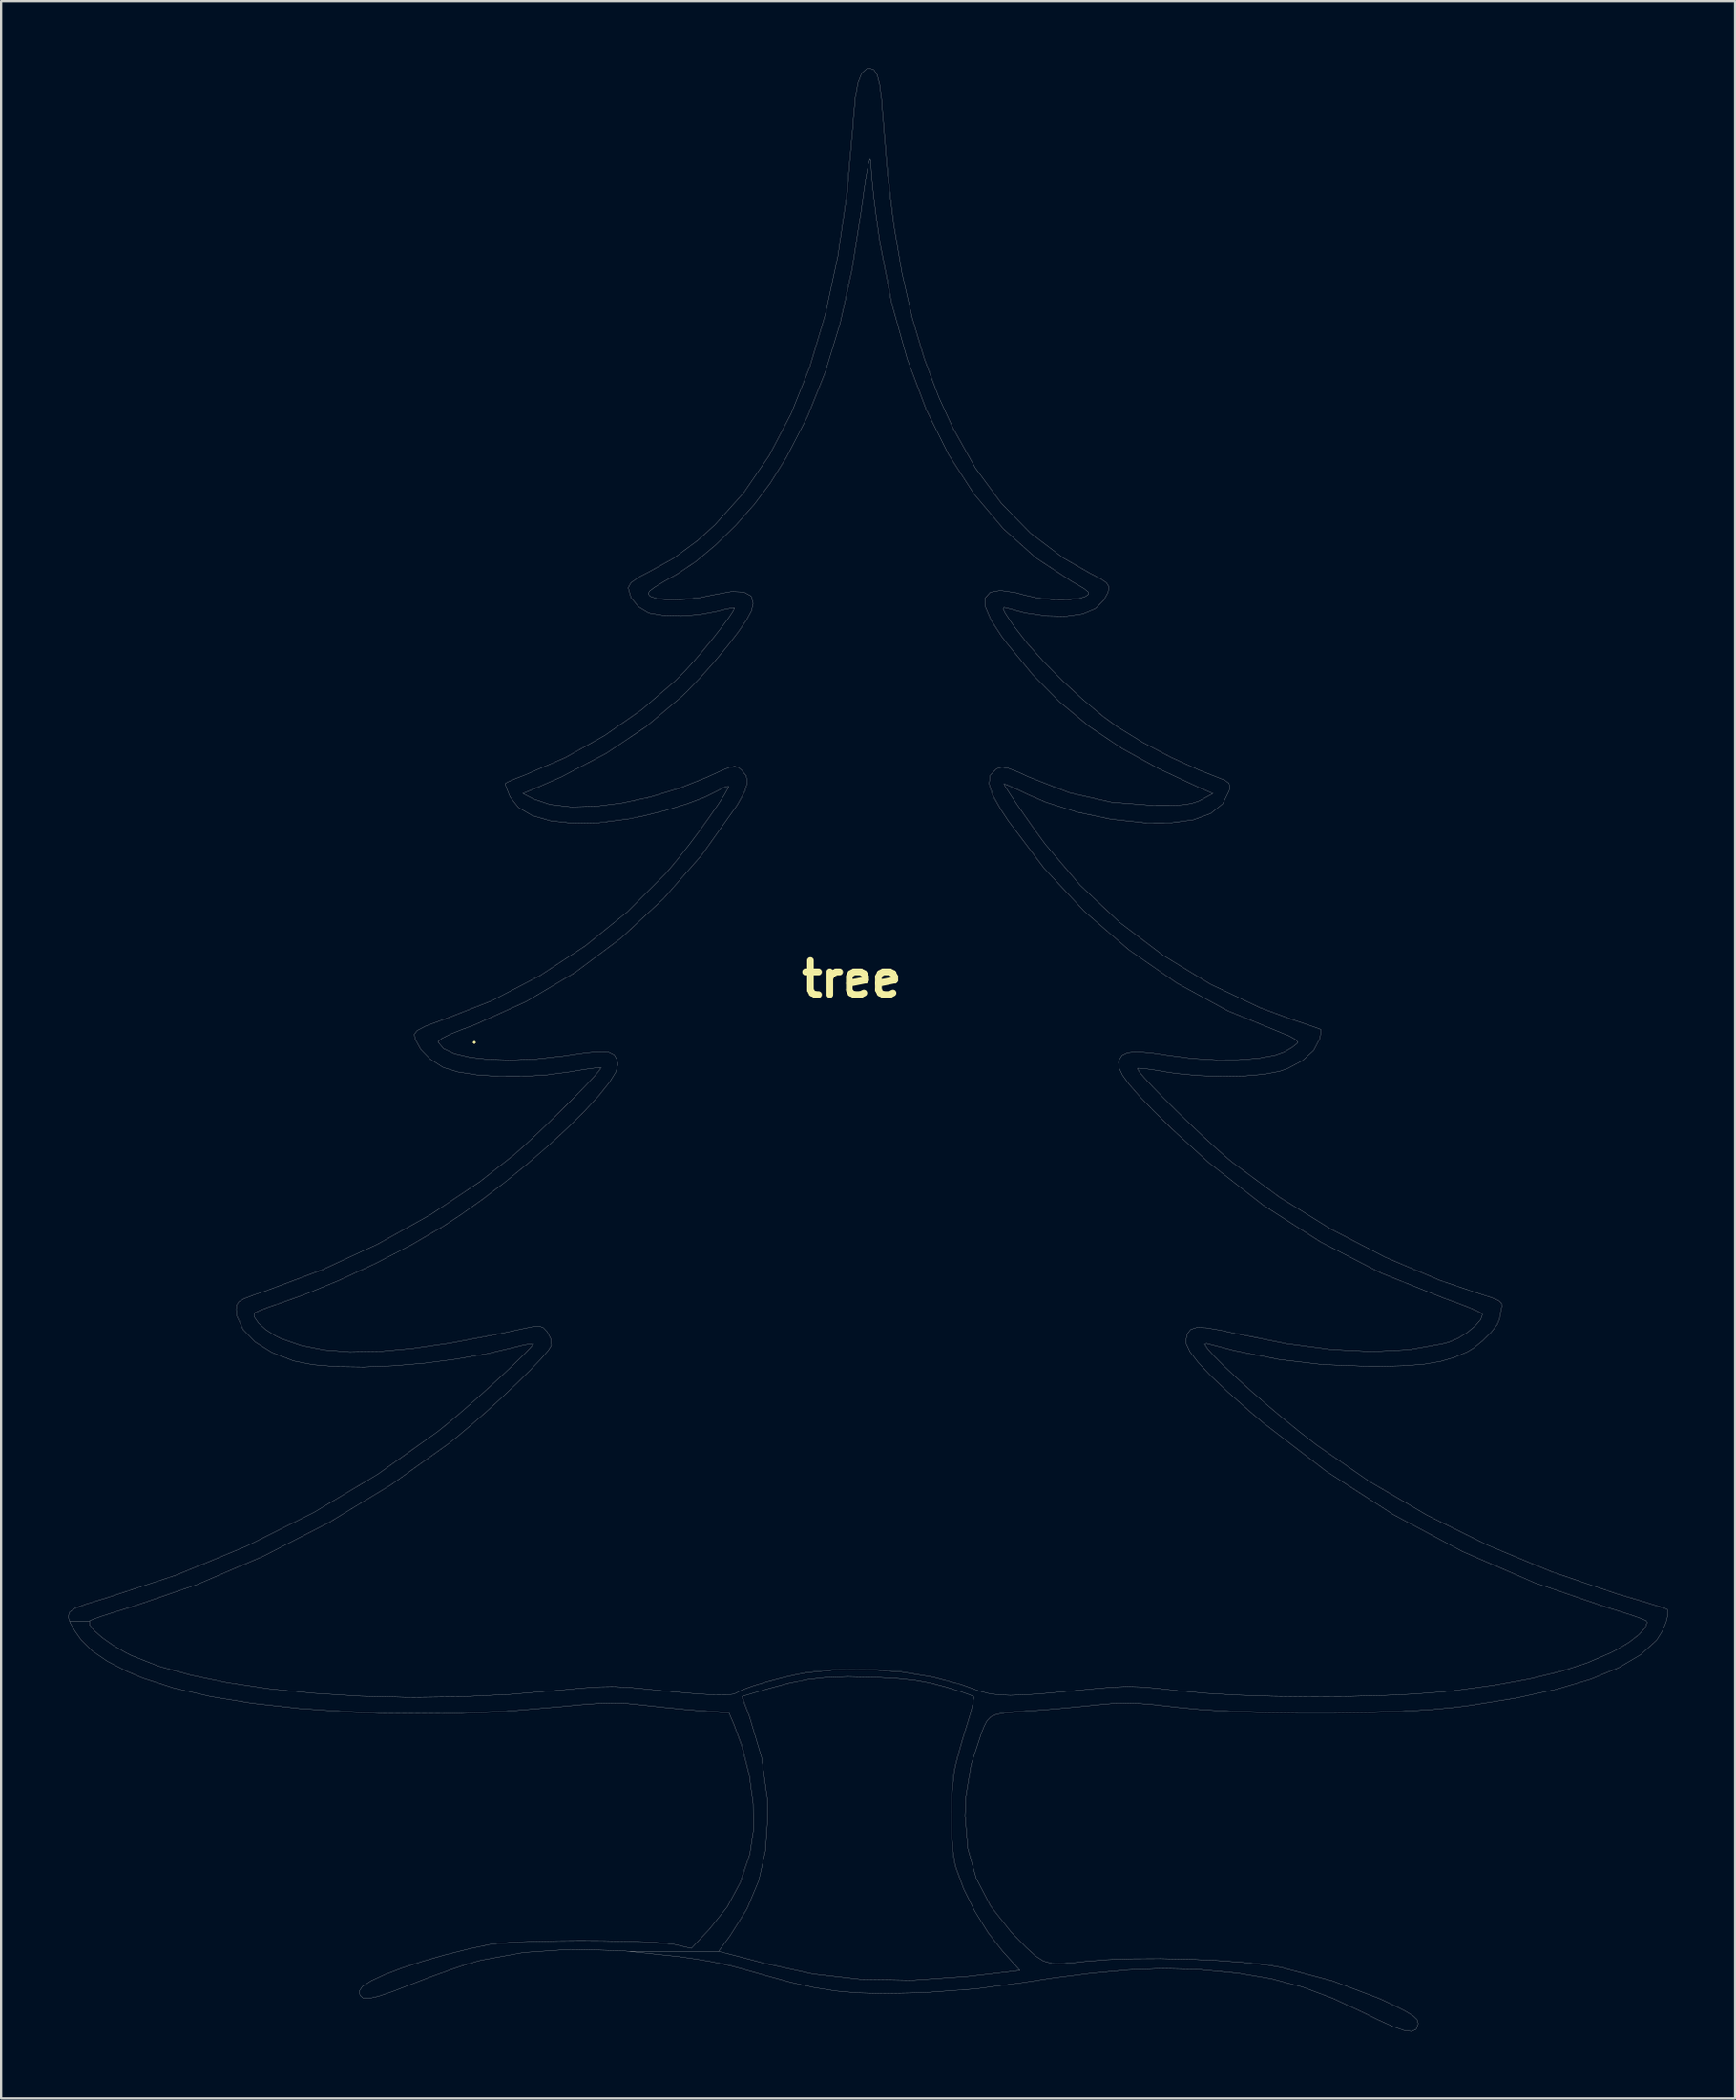
<source format=kicad_pcb>
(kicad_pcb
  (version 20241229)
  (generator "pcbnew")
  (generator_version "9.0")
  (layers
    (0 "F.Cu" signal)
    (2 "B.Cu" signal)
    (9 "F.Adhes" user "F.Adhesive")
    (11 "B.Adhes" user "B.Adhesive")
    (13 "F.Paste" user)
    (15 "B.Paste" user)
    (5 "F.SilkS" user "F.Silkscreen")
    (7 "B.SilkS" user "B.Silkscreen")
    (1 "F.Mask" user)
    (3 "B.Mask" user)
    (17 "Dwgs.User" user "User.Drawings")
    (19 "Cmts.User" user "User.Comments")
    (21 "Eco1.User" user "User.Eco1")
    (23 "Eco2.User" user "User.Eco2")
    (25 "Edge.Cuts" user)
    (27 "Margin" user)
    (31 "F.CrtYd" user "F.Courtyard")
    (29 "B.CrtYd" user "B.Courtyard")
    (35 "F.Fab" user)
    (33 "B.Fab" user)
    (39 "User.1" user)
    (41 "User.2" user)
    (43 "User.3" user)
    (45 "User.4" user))
  (footprint "tree"
    (layer "F.Cu")
    (at 35.108 40.79)
    (property "Reference" "tree" (at 0 0 0) (layer "F.SilkS") (effects (font (size 1.524 1.524) (thickness 0.3))))
    (attr through_hole)
    (fp_poly (pts (xy -16.837 2.83) (xy -16.909 2.903) (xy -16.982 2.83) (xy -16.909 2.758) (xy -16.837 2.83)) (stroke (width 0.01) (type solid)) (fill yes) (layer "F.SilkS"))
    (fp_poly (pts (xy 0.993 -40.717) (xy 1.14 -40.49) (xy 1.25 -40.068) (xy 1.334 -39.415) (xy 1.38 -38.819) (xy 1.598 -36.173) (xy 1.887 -33.777) (xy 2.256 -31.599) (xy 2.71 -29.606) (xy 3.258 -27.767) (xy 3.907 -26.047) (xy 4.523 -24.698) (xy 5.547 -22.877) (xy 6.705 -21.307) (xy 8.008 -19.974) (xy 9.471 -18.866) (xy 10.693 -18.166) (xy 11.162 -17.92) (xy 11.42 -17.744) (xy 11.515 -17.584) (xy 11.499 -17.384) (xy 11.481 -17.312) (xy 11.291 -16.967) (xy 10.96 -16.633) (xy 10.891 -16.583) (xy 10.343 -16.355) (xy 9.598 -16.25) (xy 8.721 -16.267) (xy 7.777 -16.404) (xy 6.982 -16.613) (xy 6.823 -16.647) (xy 6.785 -16.586) (xy 6.881 -16.388) (xy 7.127 -16.013) (xy 7.273 -15.801) (xy 7.853 -15.052) (xy 8.608 -14.21) (xy 9.471 -13.339) (xy 10.374 -12.506) (xy 11.25 -11.775) (xy 11.907 -11.295) (xy 13.031 -10.607) (xy 14.296 -9.939) (xy 15.568 -9.359) (xy 16.304 -9.072) (xy 16.714 -8.911) (xy 16.906 -8.772) (xy 16.94 -8.592) (xy 16.91 -8.438) (xy 16.622 -7.855) (xy 16.086 -7.421) (xy 15.3 -7.135) (xy 14.266 -6.999) (xy 13.141 -7.003) (xy 11.618 -7.165) (xy 10.106 -7.479) (xy 8.705 -7.923) (xy 7.9 -8.269) (xy 7.407 -8.504) (xy 7.033 -8.671) (xy 6.837 -8.745) (xy 6.822 -8.744) (xy 6.901 -8.594) (xy 7.112 -8.264) (xy 7.419 -7.807) (xy 7.784 -7.28) (xy 8.168 -6.736) (xy 8.536 -6.229) (xy 8.69 -6.023) (xy 10.234 -4.209) (xy 12.003 -2.545) (xy 13.961 -1.06) (xy 16.071 0.223) (xy 18.296 1.276) (xy 19.756 1.816) (xy 20.304 1.998) (xy 20.734 2.146) (xy 20.982 2.237) (xy 21.016 2.252) (xy 21.018 2.402) (xy 20.965 2.666) (xy 20.696 3.184) (xy 20.194 3.646) (xy 19.516 4.006) (xy 19.174 4.121) (xy 18.483 4.251) (xy 17.59 4.326) (xy 16.579 4.346) (xy 15.532 4.309) (xy 14.532 4.217) (xy 14.012 4.138) (xy 13.469 4.049) (xy 13.047 3.995) (xy 12.818 3.984) (xy 12.798 3.99) (xy 12.862 4.119) (xy 13.106 4.409) (xy 13.492 4.826) (xy 13.987 5.334) (xy 14.554 5.898) (xy 15.159 6.484) (xy 15.765 7.057) (xy 16.338 7.582) (xy 16.843 8.024) (xy 17.054 8.199) (xy 19.171 9.763) (xy 21.474 11.19) (xy 23.891 12.442) (xy 26.351 13.482) (xy 28.134 14.085) (xy 28.673 14.256) (xy 28.983 14.387) (xy 29.117 14.513) (xy 29.127 14.666) (xy 29.115 14.714) (xy 29.046 15.044) (xy 29.031 15.199) (xy 28.921 15.458) (xy 28.643 15.812) (xy 28.265 16.188) (xy 27.858 16.517) (xy 27.591 16.68) (xy 27.011 16.931) (xy 26.38 17.114) (xy 25.645 17.237) (xy 24.75 17.307) (xy 23.642 17.333) (xy 23.15 17.333) (xy 21.09 17.253) (xy 19.131 17.025) (xy 17.15 16.63) (xy 15.893 16.305) (xy 15.815 16.341) (xy 15.935 16.535) (xy 16.226 16.863) (xy 16.661 17.301) (xy 17.214 17.822) (xy 17.856 18.404) (xy 18.562 19.019) (xy 19.305 19.645) (xy 20.057 20.256) (xy 20.792 20.827) (xy 20.837 20.861) (xy 23.187 22.484) (xy 25.758 23.987) (xy 28.499 25.344) (xy 31.357 26.529) (xy 34.279 27.517) (xy 34.737 27.652) (xy 35.404 27.847) (xy 35.963 28.018) (xy 36.359 28.146) (xy 36.535 28.215) (xy 36.538 28.217) (xy 36.571 28.428) (xy 36.483 28.788) (xy 36.309 29.199) (xy 36.081 29.565) (xy 36.047 29.607) (xy 35.346 30.244) (xy 34.364 30.821) (xy 33.107 31.338) (xy 31.578 31.792) (xy 29.782 32.182) (xy 27.724 32.508) (xy 27.063 32.592) (xy 25.967 32.695) (xy 24.649 32.772) (xy 23.174 32.824) (xy 21.606 32.85) (xy 20.006 32.85) (xy 18.439 32.825) (xy 16.969 32.774) (xy 15.658 32.697) (xy 14.57 32.595) (xy 14.53 32.59) (xy 13.593 32.482) (xy 12.852 32.422) (xy 12.216 32.406) (xy 11.595 32.432) (xy 10.974 32.489) (xy 10.165 32.57) (xy 9.289 32.65) (xy 8.497 32.715) (xy 8.273 32.731) (xy 7.453 32.789) (xy 6.871 32.844) (xy 6.479 32.919) (xy 6.224 33.031) (xy 6.058 33.202) (xy 5.93 33.452) (xy 5.824 33.713) (xy 5.351 35.164) (xy 5.116 36.588) (xy 5.08 37.451) (xy 5.203 38.919) (xy 5.58 40.258) (xy 6.221 41.495) (xy 7.136 42.654) (xy 7.272 42.797) (xy 7.816 43.351) (xy 8.23 43.728) (xy 8.588 43.955) (xy 8.966 44.059) (xy 9.438 44.069) (xy 10.08 44.013) (xy 10.451 43.972) (xy 11.436 43.894) (xy 12.593 43.853) (xy 13.853 43.847) (xy 15.149 43.874) (xy 16.416 43.932) (xy 17.585 44.018) (xy 18.589 44.131) (xy 19.272 44.248) (xy 21.535 44.847) (xy 23.609 45.625) (xy 24.21 45.902) (xy 24.791 46.194) (xy 25.149 46.409) (xy 25.329 46.581) (xy 25.375 46.746) (xy 25.371 46.791) (xy 25.287 47.011) (xy 25.095 47.106) (xy 24.766 47.071) (xy 24.268 46.9) (xy 23.573 46.586) (xy 23.001 46.303) (xy 21.563 45.632) (xy 20.19 45.121) (xy 18.8 44.75) (xy 17.313 44.498) (xy 15.647 44.344) (xy 15.167 44.318) (xy 13.827 44.294) (xy 12.376 44.351) (xy 10.769 44.494) (xy 8.962 44.726) (xy 7.62 44.932) (xy 5.58 45.203) (xy 3.454 45.358) (xy 2.685 45.387) (xy 1.377 45.409) (xy 0.27 45.383) (xy -0.724 45.298) (xy -1.693 45.145) (xy -2.724 44.913) (xy -3.846 44.607) (xy -4.684 44.369) (xy -5.328 44.195) (xy -5.866 44.066) (xy -6.381 43.964) (xy -6.961 43.871) (xy -7.69 43.767) (xy -7.765 43.757) (xy -9.974 43.528) (xy -5.965 43.528) (xy -5.341 43.684) (xy -4.841 43.812) (xy -4.229 43.972) (xy -3.846 44.074) (xy -1.731 44.534) (xy 0.443 44.781) (xy 2.724 44.818) (xy 5.158 44.649) (xy 5.473 44.613) (xy 7.535 44.373) (xy 6.751 43.507) (xy 6.113 42.692) (xy 5.516 41.73) (xy 5.016 40.727) (xy 4.672 39.785) (xy 4.629 39.624) (xy 4.526 38.979) (xy 4.47 38.147) (xy 4.462 37.23) (xy 4.5 36.327) (xy 4.585 35.539) (xy 4.643 35.228) (xy 4.775 34.708) (xy 4.961 34.049) (xy 5.164 33.387) (xy 5.18 33.337) (xy 5.339 32.805) (xy 5.441 32.384) (xy 5.47 32.145) (xy 5.461 32.119) (xy 5.292 32.042) (xy 4.914 31.909) (xy 4.396 31.745) (xy 4.176 31.679) (xy 3.529 31.509) (xy 2.866 31.39) (xy 2.1 31.309) (xy 1.146 31.255) (xy 0.943 31.247) (xy -0.177 31.224) (xy -1.108 31.253) (xy -1.946 31.345) (xy -2.791 31.512) (xy -3.739 31.766) (xy -3.874 31.805) (xy -4.918 32.114) (xy -4.583 33.004) (xy -4.041 34.829) (xy -3.785 36.67) (xy -3.761 37.479) (xy -3.862 39.001) (xy -4.165 40.36) (xy -4.689 41.617) (xy -5.456 42.835) (xy -5.458 42.837) (xy -5.965 43.528) (xy -9.974 43.528) (xy -10.284 43.496) (xy -12.596 43.436) (xy -14.703 43.577) (xy -16.607 43.92) (xy -16.764 43.959) (xy -17.289 44.115) (xy -17.995 44.352) (xy -18.793 44.64) (xy -19.597 44.948) (xy -19.698 44.988) (xy -20.562 45.322) (xy -21.195 45.535) (xy -21.63 45.632) (xy -21.898 45.616) (xy -22.031 45.493) (xy -22.062 45.309) (xy -21.925 45.101) (xy -21.54 44.851) (xy -20.941 44.571) (xy -20.166 44.275) (xy -19.25 43.975) (xy -18.229 43.684) (xy -17.139 43.415) (xy -16.256 43.228) (xy -15.776 43.166) (xy -15.071 43.117) (xy -14.196 43.082) (xy -13.207 43.06) (xy -12.16 43.052) (xy -11.111 43.057) (xy -10.114 43.075) (xy -9.226 43.107) (xy -8.502 43.152) (xy -7.998 43.211) (xy -7.91 43.228) (xy -7.185 43.392) (xy -6.366 42.521) (xy -5.583 41.542) (xy -4.998 40.455) (xy -4.567 39.18) (xy -4.562 39.162) (xy -4.404 38.123) (xy -4.414 36.929) (xy -4.584 35.655) (xy -4.905 34.375) (xy -5.277 33.367) (xy -5.502 32.843) (xy -6.779 32.748) (xy -7.56 32.682) (xy -8.454 32.595) (xy -9.288 32.505) (xy -9.404 32.491) (xy -10.047 32.428) (xy -10.666 32.405) (xy -11.344 32.422) (xy -12.162 32.482) (xy -12.96 32.559) (xy -15.695 32.789) (xy -18.322 32.89) (xy -20.989 32.865) (xy -22.352 32.808) (xy -24.75 32.646) (xy -26.877 32.414) (xy -28.747 32.112) (xy -30.371 31.736) (xy -31.762 31.286) (xy -32.456 30.994) (xy -33.356 30.533) (xy -34.027 30.075) (xy -34.528 29.575) (xy -34.797 29.194) (xy -35.013 28.82) (xy -35.041 28.733) (xy -34.151 28.733) (xy -34.149 28.902) (xy -33.937 29.168) (xy -33.563 29.491) (xy -33.075 29.834) (xy -32.519 30.157) (xy -32.268 30.282) (xy -31.069 30.749) (xy -29.62 31.154) (xy -27.955 31.495) (xy -26.107 31.768) (xy -24.111 31.971) (xy -21.999 32.1) (xy -19.807 32.154) (xy -17.568 32.129) (xy -15.315 32.023) (xy -13.097 31.835) (xy -12.104 31.739) (xy -11.312 31.688) (xy -10.631 31.678) (xy -9.976 31.708) (xy -9.396 31.763) (xy -8.065 31.899) (xy -7.005 31.992) (xy -6.201 32.041) (xy -5.637 32.047) (xy -5.298 32.011) (xy -5.191 31.966) (xy -4.914 31.822) (xy -4.425 31.644) (xy -3.799 31.453) (xy -3.109 31.271) (xy -2.427 31.119) (xy -2.055 31.051) (xy -0.697 30.912) (xy 0.765 30.903) (xy 2.244 31.016) (xy 3.653 31.243) (xy 4.906 31.577) (xy 5.309 31.724) (xy 5.721 31.874) (xy 6.126 31.979) (xy 6.571 32.042) (xy 7.101 32.063) (xy 7.764 32.043) (xy 8.605 31.983) (xy 9.671 31.885) (xy 10.125 31.839) (xy 11.038 31.751) (xy 11.749 31.696) (xy 12.345 31.674) (xy 12.913 31.688) (xy 13.539 31.735) (xy 14.311 31.819) (xy 14.697 31.864) (xy 15.87 31.973) (xy 17.263 32.052) (xy 18.809 32.102) (xy 20.439 32.123) (xy 22.084 32.114) (xy 23.678 32.076) (xy 25.151 32.009) (xy 26.435 31.912) (xy 26.918 31.861) (xy 28.773 31.611) (xy 30.373 31.324) (xy 31.754 30.993) (xy 32.95 30.608) (xy 33.996 30.162) (xy 34.299 30.007) (xy 34.842 29.678) (xy 35.274 29.338) (xy 35.553 29.03) (xy 35.636 28.795) (xy 35.6 28.727) (xy 35.422 28.645) (xy 35.027 28.504) (xy 34.478 28.326) (xy 33.963 28.169) (xy 30.585 27.019) (xy 27.338 25.611) (xy 24.228 23.947) (xy 21.261 22.032) (xy 18.443 19.868) (xy 17.853 19.367) (xy 16.851 18.481) (xy 16.076 17.747) (xy 15.515 17.152) (xy 15.157 16.683) (xy 14.99 16.326) (xy 14.976 16.16) (xy 15.043 15.866) (xy 15.188 15.679) (xy 15.452 15.594) (xy 15.877 15.606) (xy 16.504 15.71) (xy 17.223 15.866) (xy 19.466 16.313) (xy 21.496 16.581) (xy 23.328 16.672) (xy 24.978 16.587) (xy 26.462 16.325) (xy 26.756 16.247) (xy 27.161 16.077) (xy 27.575 15.816) (xy 27.935 15.518) (xy 28.183 15.234) (xy 28.257 15.017) (xy 28.23 14.967) (xy 28.04 14.862) (xy 27.638 14.691) (xy 27.085 14.479) (xy 26.561 14.292) (xy 23.718 13.157) (xy 21.012 11.767) (xy 18.439 10.12) (xy 15.998 8.214) (xy 14.33 6.69) (xy 13.499 5.869) (xy 12.869 5.213) (xy 12.418 4.696) (xy 12.129 4.292) (xy 11.98 3.977) (xy 11.953 3.725) (xy 11.973 3.631) (xy 12.107 3.412) (xy 12.363 3.285) (xy 12.783 3.248) (xy 13.406 3.296) (xy 14.208 3.415) (xy 15.247 3.549) (xy 16.304 3.613) (xy 17.315 3.61) (xy 18.22 3.542) (xy 18.952 3.41) (xy 19.369 3.262) (xy 19.728 3.055) (xy 19.956 2.873) (xy 19.988 2.823) (xy 19.889 2.698) (xy 19.585 2.531) (xy 19.27 2.407) (xy 16.852 1.417) (xy 14.563 0.172) (xy 12.417 -1.314) (xy 10.434 -3.028) (xy 8.63 -4.955) (xy 7.022 -7.083) (xy 6.693 -7.582) (xy 6.314 -8.249) (xy 6.152 -8.754) (xy 6.203 -9.127) (xy 6.464 -9.396) (xy 6.53 -9.434) (xy 6.732 -9.486) (xy 7.018 -9.44) (xy 7.447 -9.278) (xy 7.915 -9.064) (xy 9.742 -8.353) (xy 11.633 -7.926) (xy 13.498 -7.78) (xy 14.271 -7.782) (xy 14.821 -7.807) (xy 15.213 -7.865) (xy 15.514 -7.962) (xy 15.674 -8.041) (xy 16.18 -8.316) (xy 15.674 -8.534) (xy 13.768 -9.417) (xy 12.106 -10.333) (xy 10.639 -11.318) (xy 9.322 -12.408) (xy 8.107 -13.638) (xy 6.948 -15.045) (xy 6.725 -15.341) (xy 6.24 -16.08) (xy 5.994 -16.66) (xy 5.985 -17.078) (xy 6.21 -17.328) (xy 6.665 -17.406) (xy 7.35 -17.307) (xy 7.752 -17.198) (xy 8.354 -17.067) (xy 9.031 -16.998) (xy 9.686 -16.994) (xy 10.222 -17.056) (xy 10.477 -17.141) (xy 10.609 -17.235) (xy 10.599 -17.338) (xy 10.412 -17.488) (xy 10.014 -17.722) (xy 9.854 -17.811) (xy 8.252 -18.865) (xy 6.797 -20.166) (xy 5.49 -21.71) (xy 4.335 -23.495) (xy 3.334 -25.514) (xy 2.487 -27.766) (xy 1.798 -30.245) (xy 1.269 -32.947) (xy 1.095 -34.152) (xy 1.006 -34.872) (xy 0.933 -35.528) (xy 0.886 -36.041) (xy 0.871 -36.317) (xy 0.856 -36.655) (xy 0.815 -36.713) (xy 0.748 -36.5) (xy 0.658 -36.025) (xy 0.547 -35.297) (xy 0.428 -34.417) (xy 0.016 -31.776) (xy -0.517 -29.377) (xy -1.178 -27.194) (xy -1.976 -25.201) (xy -2.921 -23.372) (xy -3.648 -22.213) (xy -4.358 -21.268) (xy -5.193 -20.326) (xy -6.088 -19.45) (xy -6.979 -18.704) (xy -7.802 -18.151) (xy -7.816 -18.143) (xy -8.438 -17.788) (xy -8.839 -17.543) (xy -9.055 -17.38) (xy -9.118 -17.268) (xy -9.063 -17.179) (xy -8.999 -17.132) (xy -8.668 -17.029) (xy -8.133 -16.99) (xy -7.473 -17.013) (xy -6.768 -17.095) (xy -6.166 -17.216) (xy -5.388 -17.357) (xy -4.832 -17.335) (xy -4.504 -17.154) (xy -4.413 -16.818) (xy -4.489 -16.5) (xy -4.701 -16.103) (xy -5.078 -15.554) (xy -5.577 -14.905) (xy -6.155 -14.209) (xy -6.771 -13.517) (xy -7.383 -12.882) (xy -7.616 -12.656) (xy -9.214 -11.306) (xy -10.998 -10.114) (xy -13 -9.059) (xy -14.368 -8.464) (xy -14.73 -8.317) (xy -14.248 -8.068) (xy -13.515 -7.821) (xy -12.577 -7.713) (xy -11.483 -7.738) (xy -10.28 -7.89) (xy -9.015 -8.162) (xy -7.735 -8.547) (xy -6.489 -9.041) (xy -6.35 -9.105) (xy -5.802 -9.354) (xy -5.451 -9.49) (xy -5.23 -9.527) (xy -5.075 -9.475) (xy -4.935 -9.362) (xy -4.721 -9.1) (xy -4.67 -8.802) (xy -4.789 -8.413) (xy -5.087 -7.874) (xy -5.176 -7.732) (xy -6.71 -5.57) (xy -8.438 -3.6) (xy -10.339 -1.837) (xy -12.395 -0.299) (xy -14.585 1) (xy -16.89 2.042) (xy -17.459 2.253) (xy -17.97 2.454) (xy -18.347 2.641) (xy -18.529 2.782) (xy -18.536 2.813) (xy -18.293 3.103) (xy -17.803 3.332) (xy -17.102 3.498) (xy -16.228 3.595) (xy -15.218 3.621) (xy -14.108 3.571) (xy -12.935 3.443) (xy -12.676 3.404) (xy -11.849 3.286) (xy -11.262 3.238) (xy -10.874 3.269) (xy -10.641 3.386) (xy -10.52 3.598) (xy -10.478 3.81) (xy -10.562 4.144) (xy -10.855 4.621) (xy -11.33 5.214) (xy -11.961 5.899) (xy -12.72 6.651) (xy -13.579 7.444) (xy -14.512 8.253) (xy -15.492 9.053) (xy -16.49 9.818) (xy -17.48 10.524) (xy -18.288 11.053) (xy -19.721 11.891) (xy -21.307 12.713) (xy -22.945 13.474) (xy -24.535 14.126) (xy -25.618 14.51) (xy -26.128 14.684) (xy -26.528 14.837) (xy -26.739 14.937) (xy -26.747 14.943) (xy -26.765 15.126) (xy -26.58 15.393) (xy -26.246 15.691) (xy -25.815 15.968) (xy -25.577 16.083) (xy -24.673 16.396) (xy -23.652 16.598) (xy -22.492 16.689) (xy -21.171 16.667) (xy -19.666 16.532) (xy -17.954 16.284) (xy -16.012 15.92) (xy -14.753 15.652) (xy -14.275 15.554) (xy -13.991 15.535) (xy -13.812 15.605) (xy -13.651 15.775) (xy -13.642 15.787) (xy -13.468 16.133) (xy -13.456 16.401) (xy -13.596 16.624) (xy -13.92 16.999) (xy -14.392 17.492) (xy -14.975 18.067) (xy -15.631 18.689) (xy -16.324 19.323) (xy -17.018 19.933) (xy -17.675 20.486) (xy -18.063 20.796) (xy -20.641 22.638) (xy -23.42 24.324) (xy -26.336 25.822) (xy -29.327 27.1) (xy -32.33 28.127) (xy -32.462 28.166) (xy -33.102 28.36) (xy -33.638 28.533) (xy -34.01 28.666) (xy -34.151 28.733) (xy -35.041 28.733) (xy -35.103 28.545) (xy -35.037 28.336) (xy -34.785 28.16) (xy -34.316 27.981) (xy -33.601 27.766) (xy -33.492 27.735) (xy -30.259 26.677) (xy -27.111 25.382) (xy -24.087 23.869) (xy -21.226 22.158) (xy -18.568 20.269) (xy -18.506 20.22) (xy -18.036 19.841) (xy -17.48 19.368) (xy -16.873 18.837) (xy -16.254 18.282) (xy -15.659 17.736) (xy -15.125 17.233) (xy -14.69 16.809) (xy -14.39 16.497) (xy -14.262 16.33) (xy -14.262 16.315) (xy -14.416 16.323) (xy -14.765 16.394) (xy -15.102 16.479) (xy -16.359 16.773) (xy -17.718 17.011) (xy -19.122 17.19) (xy -20.52 17.308) (xy -21.857 17.361) (xy -23.081 17.346) (xy -24.137 17.26) (xy -24.972 17.099) (xy -25.037 17.08) (xy -25.979 16.71) (xy -26.728 16.24) (xy -27.257 15.695) (xy -27.538 15.1) (xy -27.577 14.78) (xy -27.555 14.586) (xy -27.453 14.437) (xy -27.216 14.3) (xy -26.792 14.138) (xy -26.38 14) (xy -23.769 13.03) (xy -21.244 11.865) (xy -18.856 10.533) (xy -16.654 9.062) (xy -15.147 7.876) (xy -14.712 7.494) (xy -14.193 7.013) (xy -13.624 6.47) (xy -13.043 5.902) (xy -12.486 5.346) (xy -11.989 4.837) (xy -11.59 4.413) (xy -11.325 4.11) (xy -11.23 3.965) (xy -11.232 3.96) (xy -11.386 3.962) (xy -11.761 4.008) (xy -12.292 4.089) (xy -12.643 4.148) (xy -13.673 4.283) (xy -14.754 4.348) (xy -15.82 4.345) (xy -16.805 4.278) (xy -17.645 4.149) (xy -18.275 3.96) (xy -18.338 3.93) (xy -18.881 3.58) (xy -19.307 3.141) (xy -19.556 2.686) (xy -19.594 2.461) (xy -19.47 2.299) (xy -19.089 2.101) (xy -18.437 1.861) (xy -18.333 1.826) (xy -16.131 0.966) (xy -13.982 -0.151) (xy -11.937 -1.491) (xy -10.046 -3.022) (xy -8.359 -4.709) (xy -8.154 -4.943) (xy -7.739 -5.443) (xy -7.28 -6.029) (xy -6.812 -6.654) (xy -6.369 -7.269) (xy -5.985 -7.825) (xy -5.696 -8.274) (xy -5.536 -8.568) (xy -5.515 -8.64) (xy -5.623 -8.633) (xy -5.892 -8.502) (xy -5.987 -8.447) (xy -6.583 -8.152) (xy -7.389 -7.849) (xy -8.328 -7.561) (xy -9.32 -7.313) (xy -10.027 -7.173) (xy -11.32 -7.009) (xy -12.484 -6.984) (xy -13.492 -7.092) (xy -14.317 -7.329) (xy -14.93 -7.687) (xy -15.305 -8.163) (xy -15.324 -8.204) (xy -15.459 -8.542) (xy -15.528 -8.744) (xy -15.53 -8.759) (xy -15.405 -8.834) (xy -15.077 -8.975) (xy -14.623 -9.149) (xy -12.834 -9.921) (xy -11.068 -10.912) (xy -9.404 -12.071) (xy -7.921 -13.346) (xy -7.463 -13.806) (xy -7.07 -14.238) (xy -6.639 -14.742) (xy -6.208 -15.27) (xy -5.817 -15.771) (xy -5.503 -16.197) (xy -5.305 -16.499) (xy -5.258 -16.628) (xy -5.408 -16.616) (xy -5.754 -16.545) (xy -6.092 -16.462) (xy -6.829 -16.326) (xy -7.632 -16.265) (xy -8.393 -16.283) (xy -9.007 -16.38) (xy -9.113 -16.412) (xy -9.563 -16.683) (xy -9.891 -17.09) (xy -10.015 -17.526) (xy -9.889 -17.752) (xy -9.502 -18.02) (xy -9.139 -18.206) (xy -7.984 -18.844) (xy -6.907 -19.64) (xy -6.126 -20.347) (xy -4.841 -21.778) (xy -3.706 -23.432) (xy -2.717 -25.314) (xy -1.875 -27.427) (xy -1.177 -29.778) (xy -0.622 -32.37) (xy -0.208 -35.208) (xy 0.066 -38.297) (xy 0.081 -38.535) (xy 0.163 -39.47) (xy 0.283 -40.138) (xy 0.449 -40.562) (xy 0.668 -40.762) (xy 0.797 -40.785) (xy 0.993 -40.717)) (stroke (width 0.01) (type solid)) (fill no) (layer "Dwgs.User")))
  (gr_rect
    (start -3 -3)
    (end 74.684 90.901)
    (stroke (width 0.1) (type default))
    (fill no)
    (layer "Edge.Cuts")))
</source>
